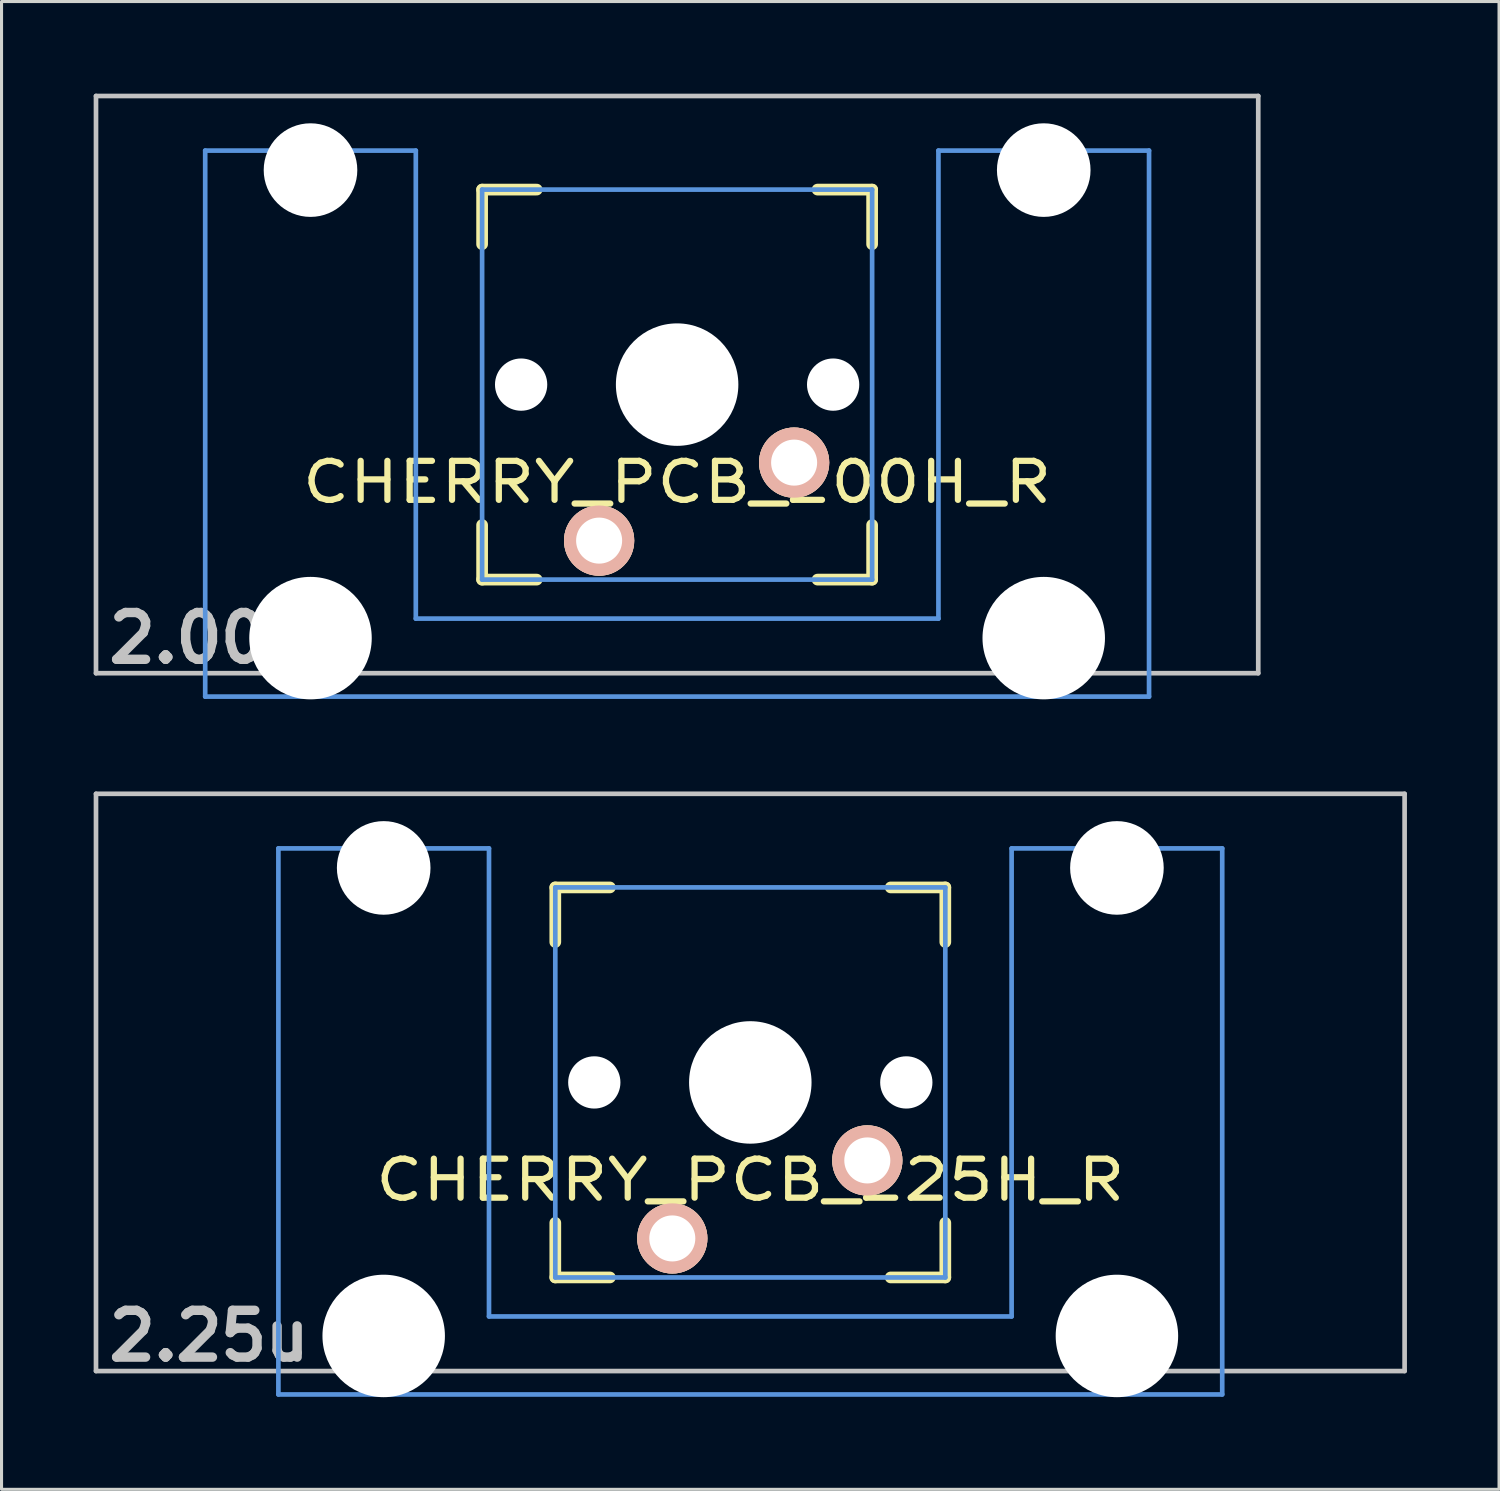
<source format=kicad_pcb>
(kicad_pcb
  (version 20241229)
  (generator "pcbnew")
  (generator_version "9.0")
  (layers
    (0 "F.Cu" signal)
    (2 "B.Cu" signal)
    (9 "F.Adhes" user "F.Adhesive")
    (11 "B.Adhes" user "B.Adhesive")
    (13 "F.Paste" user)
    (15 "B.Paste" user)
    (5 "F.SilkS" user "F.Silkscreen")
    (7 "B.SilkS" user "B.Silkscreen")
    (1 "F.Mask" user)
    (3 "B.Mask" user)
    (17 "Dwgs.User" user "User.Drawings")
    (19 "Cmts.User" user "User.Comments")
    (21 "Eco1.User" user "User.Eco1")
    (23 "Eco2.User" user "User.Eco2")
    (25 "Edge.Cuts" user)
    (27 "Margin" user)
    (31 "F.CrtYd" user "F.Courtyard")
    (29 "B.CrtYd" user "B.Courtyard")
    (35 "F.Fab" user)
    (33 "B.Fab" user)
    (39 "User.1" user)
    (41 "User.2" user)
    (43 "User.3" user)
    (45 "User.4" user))
  (footprint "CHERRY_PCB_225H_R"
    (layer "F.Cu")
    (at 21.382 32.197)
    (property "Reference" "CHERRY_PCB_225H_R" (at 0 3.175 0) (layer "F.SilkS") (effects (font (size 1.27 1.524) (thickness 0.203))))
    (attr through_hole)
    (fp_line (start -6.35 -6.35) (end -4.572 -6.35) (stroke (width 0.381) (type solid)) (layer "F.SilkS"))
    (fp_line (start -6.35 -4.572) (end -6.35 -6.35) (stroke (width 0.381) (type solid)) (layer "F.SilkS"))
    (fp_line (start -6.35 6.35) (end -6.35 4.572) (stroke (width 0.381) (type solid)) (layer "F.SilkS"))
    (fp_line (start -4.572 6.35) (end -6.35 6.35) (stroke (width 0.381) (type solid)) (layer "F.SilkS"))
    (fp_line (start 4.572 -6.35) (end 6.35 -6.35) (stroke (width 0.381) (type solid)) (layer "F.SilkS"))
    (fp_line (start 6.35 -6.35) (end 6.35 -4.572) (stroke (width 0.381) (type solid)) (layer "F.SilkS"))
    (fp_line (start 6.35 4.572) (end 6.35 6.35) (stroke (width 0.381) (type solid)) (layer "F.SilkS"))
    (fp_line (start 6.35 6.35) (end 4.572 6.35) (stroke (width 0.381) (type solid)) (layer "F.SilkS"))
    (fp_line (start -21.306 -9.398) (end 21.306 -9.398) (stroke (width 0.152) (type solid)) (layer "Dwgs.User"))
    (fp_line (start -21.306 9.398) (end -21.306 -9.398) (stroke (width 0.152) (type solid)) (layer "Dwgs.User"))
    (fp_line (start 21.306 -9.398) (end 21.306 9.398) (stroke (width 0.152) (type solid)) (layer "Dwgs.User"))
    (fp_line (start 21.306 9.398) (end -21.306 9.398) (stroke (width 0.152) (type solid)) (layer "Dwgs.User"))
    (fp_line (start -15.367 -7.62) (end -15.367 10.16) (stroke (width 0.152) (type solid)) (layer "Cmts.User"))
    (fp_line (start -15.367 10.16) (end 15.367 10.16) (stroke (width 0.152) (type solid)) (layer "Cmts.User"))
    (fp_line (start -8.509 -7.62) (end -15.367 -7.62) (stroke (width 0.152) (type solid)) (layer "Cmts.User"))
    (fp_line (start -8.509 7.62) (end -8.509 -7.62) (stroke (width 0.152) (type solid)) (layer "Cmts.User"))
    (fp_line (start -6.35 -6.35) (end 6.35 -6.35) (stroke (width 0.152) (type solid)) (layer "Cmts.User"))
    (fp_line (start -6.35 6.35) (end -6.35 -6.35) (stroke (width 0.152) (type solid)) (layer "Cmts.User"))
    (fp_line (start 6.35 -6.35) (end 6.35 6.35) (stroke (width 0.152) (type solid)) (layer "Cmts.User"))
    (fp_line (start 6.35 6.35) (end -6.35 6.35) (stroke (width 0.152) (type solid)) (layer "Cmts.User"))
    (fp_line (start 8.509 -7.62) (end 8.509 7.62) (stroke (width 0.152) (type solid)) (layer "Cmts.User"))
    (fp_line (start 8.509 7.62) (end -8.509 7.62) (stroke (width 0.152) (type solid)) (layer "Cmts.User"))
    (fp_line (start 15.367 -7.62) (end 8.509 -7.62) (stroke (width 0.152) (type solid)) (layer "Cmts.User"))
    (fp_line (start 15.367 10.16) (end 15.367 -7.62) (stroke (width 0.152) (type solid)) (layer "Cmts.User"))
    (fp_line (start -16.129 -2.286) (end -15.265 -2.286) (stroke (width 0.152) (type solid)) (layer "Eco2.User"))
    (fp_line (start -16.129 0.508) (end -16.129 -2.286) (stroke (width 0.152) (type solid)) (layer "Eco2.User"))
    (fp_line (start -15.265 -5.69) (end -8.611 -5.69) (stroke (width 0.152) (type solid)) (layer "Eco2.User"))
    (fp_line (start -15.265 -2.286) (end -15.265 -5.69) (stroke (width 0.152) (type solid)) (layer "Eco2.User"))
    (fp_line (start -15.265 0.508) (end -16.129 0.508) (stroke (width 0.152) (type solid)) (layer "Eco2.User"))
    (fp_line (start -15.265 6.604) (end -15.265 0.508) (stroke (width 0.152) (type solid)) (layer "Eco2.User"))
    (fp_line (start -14.224 6.604) (end -15.265 6.604) (stroke (width 0.152) (type solid)) (layer "Eco2.User"))
    (fp_line (start -14.224 7.772) (end -14.224 6.604) (stroke (width 0.152) (type solid)) (layer "Eco2.User"))
    (fp_line (start -9.652 6.604) (end -9.652 7.772) (stroke (width 0.152) (type solid)) (layer "Eco2.User"))
    (fp_line (start -9.652 7.772) (end -14.224 7.772) (stroke (width 0.152) (type solid)) (layer "Eco2.User"))
    (fp_line (start -8.611 -5.69) (end -8.611 -4.877) (stroke (width 0.152) (type solid)) (layer "Eco2.User"))
    (fp_line (start -8.611 -4.877) (end -6.985 -4.877) (stroke (width 0.152) (type solid)) (layer "Eco2.User"))
    (fp_line (start -8.611 5.817) (end -8.611 6.604) (stroke (width 0.152) (type solid)) (layer "Eco2.User"))
    (fp_line (start -8.611 6.604) (end -9.652 6.604) (stroke (width 0.152) (type solid)) (layer "Eco2.User"))
    (fp_line (start -6.985 -6.985) (end 6.985 -6.985) (stroke (width 0.152) (type solid)) (layer "Eco2.User"))
    (fp_line (start -6.985 -4.877) (end -6.985 -6.985) (stroke (width 0.152) (type solid)) (layer "Eco2.User"))
    (fp_line (start -6.985 5.817) (end -8.611 5.817) (stroke (width 0.152) (type solid)) (layer "Eco2.User"))
    (fp_line (start -6.985 6.985) (end -6.985 5.817) (stroke (width 0.152) (type solid)) (layer "Eco2.User"))
    (fp_line (start 6.985 -6.985) (end 6.985 -4.877) (stroke (width 0.152) (type solid)) (layer "Eco2.User"))
    (fp_line (start 6.985 -4.877) (end 8.611 -4.877) (stroke (width 0.152) (type solid)) (layer "Eco2.User"))
    (fp_line (start 6.985 5.817) (end 6.985 6.985) (stroke (width 0.152) (type solid)) (layer "Eco2.User"))
    (fp_line (start 6.985 6.985) (end -6.985 6.985) (stroke (width 0.152) (type solid)) (layer "Eco2.User"))
    (fp_line (start 8.611 -5.69) (end 15.265 -5.69) (stroke (width 0.152) (type solid)) (layer "Eco2.User"))
    (fp_line (start 8.611 -4.877) (end 8.611 -5.69) (stroke (width 0.152) (type solid)) (layer "Eco2.User"))
    (fp_line (start 8.611 5.817) (end 6.985 5.817) (stroke (width 0.152) (type solid)) (layer "Eco2.User"))
    (fp_line (start 8.611 6.604) (end 8.611 5.817) (stroke (width 0.152) (type solid)) (layer "Eco2.User"))
    (fp_line (start 9.652 6.604) (end 8.611 6.604) (stroke (width 0.152) (type solid)) (layer "Eco2.User"))
    (fp_line (start 9.652 7.772) (end 9.652 6.604) (stroke (width 0.152) (type solid)) (layer "Eco2.User"))
    (fp_line (start 14.224 6.604) (end 14.224 7.772) (stroke (width 0.152) (type solid)) (layer "Eco2.User"))
    (fp_line (start 14.224 7.772) (end 9.652 7.772) (stroke (width 0.152) (type solid)) (layer "Eco2.User"))
    (fp_line (start 15.265 -5.69) (end 15.265 -2.286) (stroke (width 0.152) (type solid)) (layer "Eco2.User"))
    (fp_line (start 15.265 -2.286) (end 16.129 -2.286) (stroke (width 0.152) (type solid)) (layer "Eco2.User"))
    (fp_line (start 15.265 0.508) (end 15.265 6.604) (stroke (width 0.152) (type solid)) (layer "Eco2.User"))
    (fp_line (start 15.265 6.604) (end 14.224 6.604) (stroke (width 0.152) (type solid)) (layer "Eco2.User"))
    (fp_line (start 16.129 -2.286) (end 16.129 0.508) (stroke (width 0.152) (type solid)) (layer "Eco2.User"))
    (fp_line (start 16.129 0.508) (end 15.265 0.508) (stroke (width 0.152) (type solid)) (layer "Eco2.User"))
    (fp_text user "2.25u" (at -17.623 8.255 0) (layer "Dwgs.User") (effects (font (size 1.524 1.524) (thickness 0.305))))
    (pad "" np_thru_hole circle (at -11.938 -6.985) (size 3.048 3.048) (drill 3.048) (layers "*.Cu"))
    (pad "" np_thru_hole circle (at -11.938 8.255) (size 3.988 3.988) (drill 3.988) (layers "*.Cu"))
    (pad "" np_thru_hole circle (at -5.08 0) (size 1.702 1.702) (drill 1.702) (layers "*.Cu"))
    (pad "" np_thru_hole circle (at 0 0) (size 3.988 3.988) (drill 3.988) (layers "*.Cu"))
    (pad "" np_thru_hole circle (at 5.08 0) (size 1.702 1.702) (drill 1.702) (layers "*.Cu"))
    (pad "" np_thru_hole circle (at 11.938 -6.985) (size 3.048 3.048) (drill 3.048) (layers "*.Cu"))
    (pad "" np_thru_hole circle (at 11.938 8.255) (size 3.988 3.988) (drill 3.988) (layers "*.Cu"))
    (pad "1" thru_hole circle (at -2.54 5.08) (size 2.286 2.286) (drill 1.499) (layers "*.Cu" "*.SilkS" "*.Mask"))
    (pad "2" thru_hole circle (at 3.81 2.54) (size 2.286 2.286) (drill 1.499) (layers "*.Cu" "*.SilkS" "*.Mask")))
  (footprint "CHERRY_PCB_200H_R"
    (layer "F.Cu")
    (at 18.999 9.474)
    (property "Reference" "CHERRY_PCB_200H_R" (at 0 3.175 0) (layer "F.SilkS") (effects (font (size 1.27 1.524) (thickness 0.203))))
    (attr through_hole)
    (fp_line (start -6.35 -6.35) (end -4.572 -6.35) (stroke (width 0.381) (type solid)) (layer "F.SilkS"))
    (fp_line (start -6.35 -4.572) (end -6.35 -6.35) (stroke (width 0.381) (type solid)) (layer "F.SilkS"))
    (fp_line (start -6.35 6.35) (end -6.35 4.572) (stroke (width 0.381) (type solid)) (layer "F.SilkS"))
    (fp_line (start -4.572 6.35) (end -6.35 6.35) (stroke (width 0.381) (type solid)) (layer "F.SilkS"))
    (fp_line (start 4.572 -6.35) (end 6.35 -6.35) (stroke (width 0.381) (type solid)) (layer "F.SilkS"))
    (fp_line (start 6.35 -6.35) (end 6.35 -4.572) (stroke (width 0.381) (type solid)) (layer "F.SilkS"))
    (fp_line (start 6.35 4.572) (end 6.35 6.35) (stroke (width 0.381) (type solid)) (layer "F.SilkS"))
    (fp_line (start 6.35 6.35) (end 4.572 6.35) (stroke (width 0.381) (type solid)) (layer "F.SilkS"))
    (fp_line (start -18.923 -9.398) (end 18.923 -9.398) (stroke (width 0.152) (type solid)) (layer "Dwgs.User"))
    (fp_line (start -18.923 9.398) (end -18.923 -9.398) (stroke (width 0.152) (type solid)) (layer "Dwgs.User"))
    (fp_line (start 18.923 -9.398) (end 18.923 9.398) (stroke (width 0.152) (type solid)) (layer "Dwgs.User"))
    (fp_line (start 18.923 9.398) (end -18.923 9.398) (stroke (width 0.152) (type solid)) (layer "Dwgs.User"))
    (fp_line (start -15.367 -7.62) (end -15.367 10.16) (stroke (width 0.152) (type solid)) (layer "Cmts.User"))
    (fp_line (start -15.367 10.16) (end 15.367 10.16) (stroke (width 0.152) (type solid)) (layer "Cmts.User"))
    (fp_line (start -8.509 -7.62) (end -15.367 -7.62) (stroke (width 0.152) (type solid)) (layer "Cmts.User"))
    (fp_line (start -8.509 7.62) (end -8.509 -7.62) (stroke (width 0.152) (type solid)) (layer "Cmts.User"))
    (fp_line (start -6.35 -6.35) (end 6.35 -6.35) (stroke (width 0.152) (type solid)) (layer "Cmts.User"))
    (fp_line (start -6.35 6.35) (end -6.35 -6.35) (stroke (width 0.152) (type solid)) (layer "Cmts.User"))
    (fp_line (start 6.35 -6.35) (end 6.35 6.35) (stroke (width 0.152) (type solid)) (layer "Cmts.User"))
    (fp_line (start 6.35 6.35) (end -6.35 6.35) (stroke (width 0.152) (type solid)) (layer "Cmts.User"))
    (fp_line (start 8.509 -7.62) (end 8.509 7.62) (stroke (width 0.152) (type solid)) (layer "Cmts.User"))
    (fp_line (start 8.509 7.62) (end -8.509 7.62) (stroke (width 0.152) (type solid)) (layer "Cmts.User"))
    (fp_line (start 15.367 -7.62) (end 8.509 -7.62) (stroke (width 0.152) (type solid)) (layer "Cmts.User"))
    (fp_line (start 15.367 10.16) (end 15.367 -7.62) (stroke (width 0.152) (type solid)) (layer "Cmts.User"))
    (fp_line (start -16.129 -2.286) (end -15.265 -2.286) (stroke (width 0.152) (type solid)) (layer "Eco2.User"))
    (fp_line (start -16.129 0.508) (end -16.129 -2.286) (stroke (width 0.152) (type solid)) (layer "Eco2.User"))
    (fp_line (start -15.265 -5.69) (end -8.611 -5.69) (stroke (width 0.152) (type solid)) (layer "Eco2.User"))
    (fp_line (start -15.265 -2.286) (end -15.265 -5.69) (stroke (width 0.152) (type solid)) (layer "Eco2.User"))
    (fp_line (start -15.265 0.508) (end -16.129 0.508) (stroke (width 0.152) (type solid)) (layer "Eco2.User"))
    (fp_line (start -15.265 6.604) (end -15.265 0.508) (stroke (width 0.152) (type solid)) (layer "Eco2.User"))
    (fp_line (start -14.224 6.604) (end -15.265 6.604) (stroke (width 0.152) (type solid)) (layer "Eco2.User"))
    (fp_line (start -14.224 7.772) (end -14.224 6.604) (stroke (width 0.152) (type solid)) (layer "Eco2.User"))
    (fp_line (start -9.652 6.604) (end -9.652 7.772) (stroke (width 0.152) (type solid)) (layer "Eco2.User"))
    (fp_line (start -9.652 7.772) (end -14.224 7.772) (stroke (width 0.152) (type solid)) (layer "Eco2.User"))
    (fp_line (start -8.611 -5.69) (end -8.611 -4.877) (stroke (width 0.152) (type solid)) (layer "Eco2.User"))
    (fp_line (start -8.611 -4.877) (end -6.985 -4.877) (stroke (width 0.152) (type solid)) (layer "Eco2.User"))
    (fp_line (start -8.611 5.817) (end -8.611 6.604) (stroke (width 0.152) (type solid)) (layer "Eco2.User"))
    (fp_line (start -8.611 6.604) (end -9.652 6.604) (stroke (width 0.152) (type solid)) (layer "Eco2.User"))
    (fp_line (start -6.985 -6.985) (end 6.985 -6.985) (stroke (width 0.152) (type solid)) (layer "Eco2.User"))
    (fp_line (start -6.985 -4.877) (end -6.985 -6.985) (stroke (width 0.152) (type solid)) (layer "Eco2.User"))
    (fp_line (start -6.985 5.817) (end -8.611 5.817) (stroke (width 0.152) (type solid)) (layer "Eco2.User"))
    (fp_line (start -6.985 6.985) (end -6.985 5.817) (stroke (width 0.152) (type solid)) (layer "Eco2.User"))
    (fp_line (start 6.985 -6.985) (end 6.985 -4.877) (stroke (width 0.152) (type solid)) (layer "Eco2.User"))
    (fp_line (start 6.985 -4.877) (end 8.611 -4.877) (stroke (width 0.152) (type solid)) (layer "Eco2.User"))
    (fp_line (start 6.985 5.817) (end 6.985 6.985) (stroke (width 0.152) (type solid)) (layer "Eco2.User"))
    (fp_line (start 6.985 6.985) (end -6.985 6.985) (stroke (width 0.152) (type solid)) (layer "Eco2.User"))
    (fp_line (start 8.611 -5.69) (end 15.265 -5.69) (stroke (width 0.152) (type solid)) (layer "Eco2.User"))
    (fp_line (start 8.611 -4.877) (end 8.611 -5.69) (stroke (width 0.152) (type solid)) (layer "Eco2.User"))
    (fp_line (start 8.611 5.817) (end 6.985 5.817) (stroke (width 0.152) (type solid)) (layer "Eco2.User"))
    (fp_line (start 8.611 6.604) (end 8.611 5.817) (stroke (width 0.152) (type solid)) (layer "Eco2.User"))
    (fp_line (start 9.652 6.604) (end 8.611 6.604) (stroke (width 0.152) (type solid)) (layer "Eco2.User"))
    (fp_line (start 9.652 7.772) (end 9.652 6.604) (stroke (width 0.152) (type solid)) (layer "Eco2.User"))
    (fp_line (start 14.224 6.604) (end 14.224 7.772) (stroke (width 0.152) (type solid)) (layer "Eco2.User"))
    (fp_line (start 14.224 7.772) (end 9.652 7.772) (stroke (width 0.152) (type solid)) (layer "Eco2.User"))
    (fp_line (start 15.265 -5.69) (end 15.265 -2.286) (stroke (width 0.152) (type solid)) (layer "Eco2.User"))
    (fp_line (start 15.265 -2.286) (end 16.129 -2.286) (stroke (width 0.152) (type solid)) (layer "Eco2.User"))
    (fp_line (start 15.265 0.508) (end 15.265 6.604) (stroke (width 0.152) (type solid)) (layer "Eco2.User"))
    (fp_line (start 15.265 6.604) (end 14.224 6.604) (stroke (width 0.152) (type solid)) (layer "Eco2.User"))
    (fp_line (start 16.129 -2.286) (end 16.129 0.508) (stroke (width 0.152) (type solid)) (layer "Eco2.User"))
    (fp_line (start 16.129 0.508) (end 15.265 0.508) (stroke (width 0.152) (type solid)) (layer "Eco2.User"))
    (fp_text user "2.00u" (at -15.24 8.255 0) (layer "Dwgs.User") (effects (font (size 1.524 1.524) (thickness 0.305))))
    (pad "" np_thru_hole circle (at -11.938 -6.985) (size 3.048 3.048) (drill 3.048) (layers "*.Cu"))
    (pad "" np_thru_hole circle (at -11.938 8.255) (size 3.988 3.988) (drill 3.988) (layers "*.Cu"))
    (pad "" np_thru_hole circle (at -5.08 0) (size 1.702 1.702) (drill 1.702) (layers "*.Cu"))
    (pad "" np_thru_hole circle (at 0 0) (size 3.988 3.988) (drill 3.988) (layers "*.Cu"))
    (pad "" np_thru_hole circle (at 5.08 0) (size 1.702 1.702) (drill 1.702) (layers "*.Cu"))
    (pad "" np_thru_hole circle (at 11.938 -6.985) (size 3.048 3.048) (drill 3.048) (layers "*.Cu"))
    (pad "" np_thru_hole circle (at 11.938 8.255) (size 3.988 3.988) (drill 3.988) (layers "*.Cu"))
    (pad "1" thru_hole circle (at -2.54 5.08) (size 2.286 2.286) (drill 1.499) (layers "*.Cu" "*.SilkS" "*.Mask"))
    (pad "2" thru_hole circle (at 3.81 2.54) (size 2.286 2.286) (drill 1.499) (layers "*.Cu" "*.SilkS" "*.Mask")))
  (gr_rect
    (start -3 -3)
    (end 45.763 45.446)
    (stroke (width 0.1) (type default))
    (fill no)
    (layer "Edge.Cuts")))
</source>
